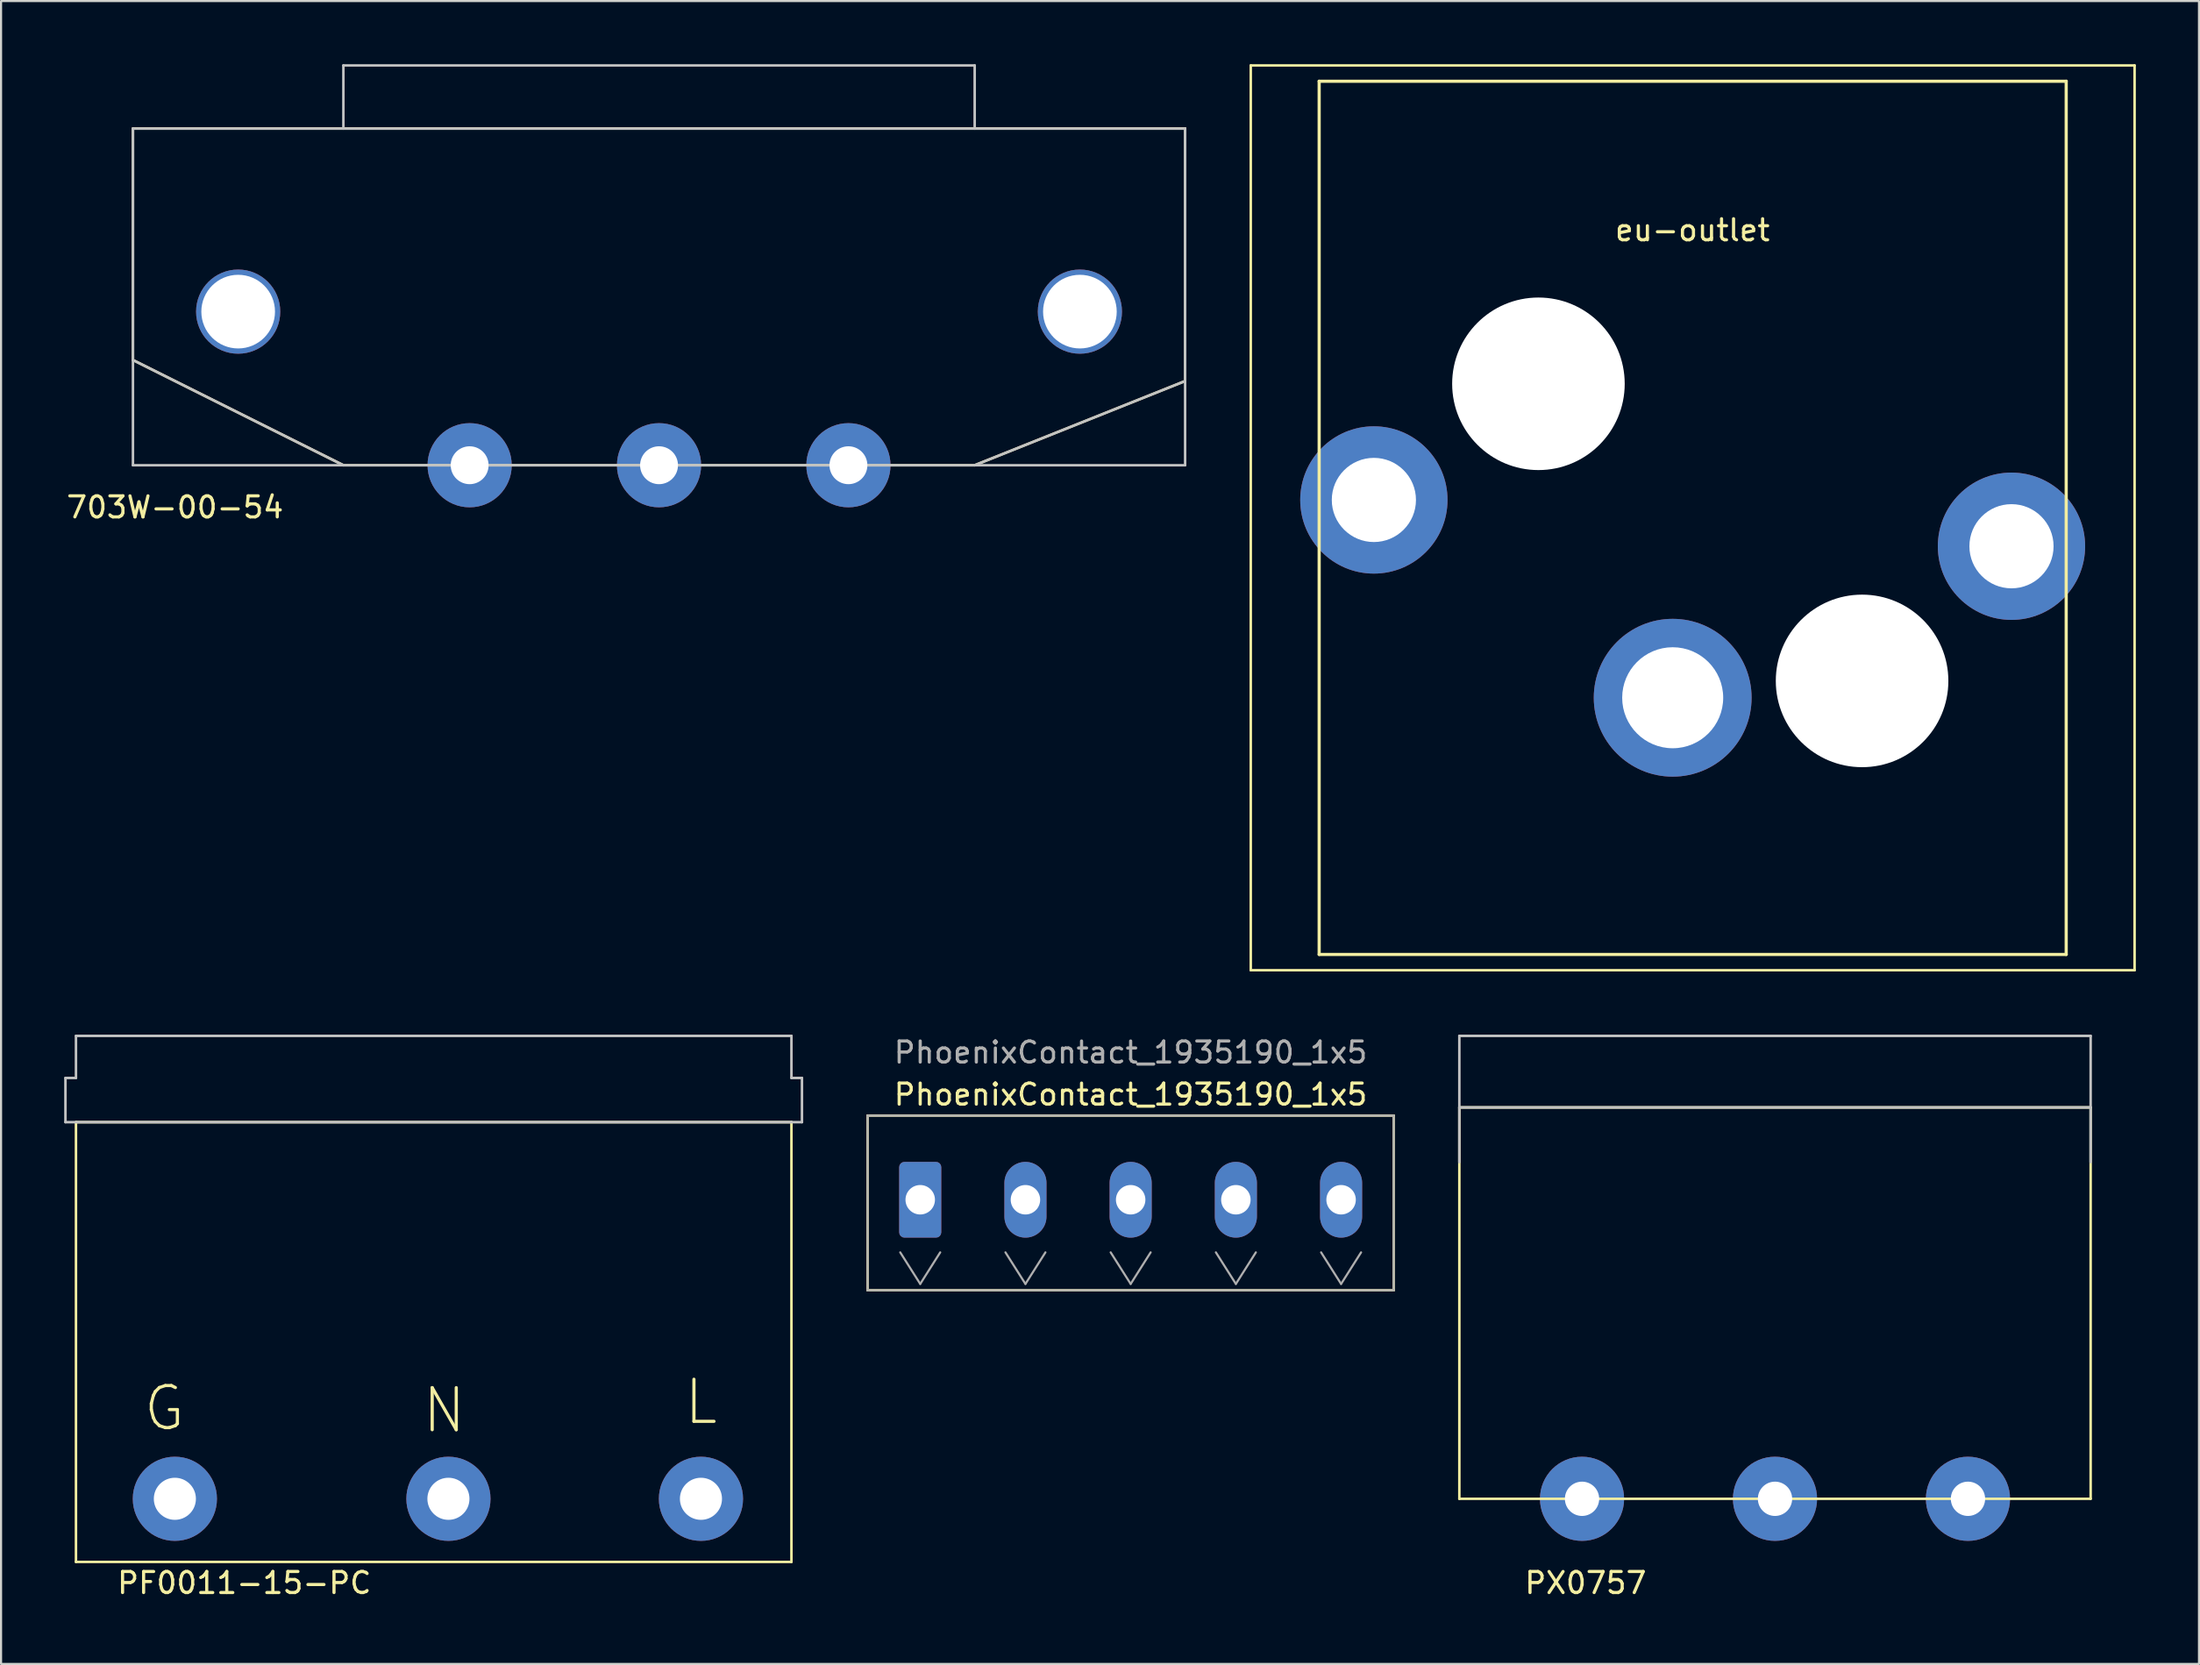
<source format=kicad_pcb>
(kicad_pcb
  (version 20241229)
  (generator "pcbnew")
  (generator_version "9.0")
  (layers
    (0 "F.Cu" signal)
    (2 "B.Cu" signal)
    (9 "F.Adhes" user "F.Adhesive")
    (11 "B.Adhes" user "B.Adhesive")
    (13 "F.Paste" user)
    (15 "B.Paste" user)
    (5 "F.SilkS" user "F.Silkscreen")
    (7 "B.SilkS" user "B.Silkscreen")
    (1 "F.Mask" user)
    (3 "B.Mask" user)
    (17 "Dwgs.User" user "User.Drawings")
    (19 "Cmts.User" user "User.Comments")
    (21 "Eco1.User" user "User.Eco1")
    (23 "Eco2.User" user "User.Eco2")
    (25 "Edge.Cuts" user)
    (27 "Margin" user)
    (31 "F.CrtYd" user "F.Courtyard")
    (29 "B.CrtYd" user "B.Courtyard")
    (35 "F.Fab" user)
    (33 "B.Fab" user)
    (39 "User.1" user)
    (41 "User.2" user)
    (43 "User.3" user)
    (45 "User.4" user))
  (footprint "PhoenixContact_1935190_1x5"
    (layer "F.Cu")
    (at 40.68 53.968)
    (property "Reference" "PhoenixContact_1935190_1x5" (at 10 -5 0) (layer "F.SilkS") (effects (font (size 1 1) (thickness 0.15))))
    (attr through_hole)
    (fp_line (start -2.5 -4) (end -2.5 4.3) (stroke (width 0.12) (type solid)) (layer "F.SilkS"))
    (fp_line (start -2.5 4.3) (end 22.5 4.3) (stroke (width 0.12) (type solid)) (layer "F.SilkS"))
    (fp_line (start 22.5 -4) (end -2.5 -4) (stroke (width 0.12) (type solid)) (layer "F.SilkS"))
    (fp_line (start 22.5 4.3) (end 22.5 -4) (stroke (width 0.12) (type solid)) (layer "F.SilkS"))
    (fp_line (start -2.5 -4) (end -2.5 4.3) (stroke (width 0.1) (type solid)) (layer "F.Fab"))
    (fp_line (start -2.5 4.3) (end 22.5 4.3) (stroke (width 0.1) (type solid)) (layer "F.Fab"))
    (fp_line (start 0 4) (end -0.95 2.5) (stroke (width 0.1) (type solid)) (layer "F.Fab"))
    (fp_line (start 0.95 2.5) (end 0 4) (stroke (width 0.1) (type solid)) (layer "F.Fab"))
    (fp_line (start 5 4) (end 4.05 2.5) (stroke (width 0.1) (type solid)) (layer "F.Fab"))
    (fp_line (start 5.95 2.5) (end 5 4) (stroke (width 0.1) (type solid)) (layer "F.Fab"))
    (fp_line (start 10 4) (end 9.05 2.5) (stroke (width 0.1) (type solid)) (layer "F.Fab"))
    (fp_line (start 10.95 2.5) (end 10 4) (stroke (width 0.1) (type solid)) (layer "F.Fab"))
    (fp_line (start 15 4) (end 14.05 2.5) (stroke (width 0.1) (type solid)) (layer "F.Fab"))
    (fp_line (start 15.95 2.5) (end 15 4) (stroke (width 0.1) (type solid)) (layer "F.Fab"))
    (fp_line (start 20 4) (end 19.05 2.5) (stroke (width 0.1) (type solid)) (layer "F.Fab"))
    (fp_line (start 20.95 2.5) (end 20 4) (stroke (width 0.1) (type solid)) (layer "F.Fab"))
    (fp_line (start 22.5 -4) (end -2.5 -4) (stroke (width 0.1) (type solid)) (layer "F.Fab"))
    (fp_line (start 22.5 4.3) (end 22.5 -4) (stroke (width 0.1) (type solid)) (layer "F.Fab"))
    (fp_text user "${REFERENCE}" (at 10 -7 0) (layer "F.Fab") (effects (font (size 1 1) (thickness 0.15))))
    (pad "1" thru_hole roundrect (at 0 0) (size 2 3.6) (drill 1.4) (layers "*.Cu" "*.Mask") (roundrect_rratio 0.125))
    (pad "2" thru_hole oval (at 5 0) (size 2 3.6) (drill 1.4) (layers "*.Cu" "*.Mask"))
    (pad "3" thru_hole oval (at 10 0) (size 2 3.6) (drill 1.4) (layers "*.Cu" "*.Mask"))
    (pad "4" thru_hole oval (at 15 0) (size 2 3.6) (drill 1.4) (layers "*.Cu" "*.Mask"))
    (pad "5" thru_hole oval (at 20 0) (size 2 3.6) (drill 1.4) (layers "*.Cu" "*.Mask")))
  (footprint "PF0011-15-PC"
    (layer "F.Cu")
    (at 17.56 68.18)
    (property "Reference" "PF0011-15-PC" (at -9 4 0) (layer "F.SilkS") (effects (font (size 1 1) (thickness 0.15))))
    (attr through_hole)
    (fp_line (start -17 -17.9) (end -17 3) (stroke (width 0.12) (type solid)) (layer "F.SilkS"))
    (fp_line (start -17 3) (end 17 3) (stroke (width 0.12) (type solid)) (layer "F.SilkS"))
    (fp_line (start 17 -17.9) (end -17 -17.9) (stroke (width 0.12) (type solid)) (layer "F.SilkS"))
    (fp_line (start 17 3) (end 17 -17.9) (stroke (width 0.12) (type solid)) (layer "F.SilkS"))
    (fp_line (start -17.5 -20) (end -17.5 -17.9) (stroke (width 0.12) (type solid)) (layer "Dwgs.User"))
    (fp_line (start -17 -22) (end 17 -22) (stroke (width 0.12) (type solid)) (layer "Dwgs.User"))
    (fp_line (start -17 -20) (end -17.5 -20) (stroke (width 0.12) (type solid)) (layer "Dwgs.User"))
    (fp_line (start -17 -20) (end -17 -22) (stroke (width 0.12) (type solid)) (layer "Dwgs.User"))
    (fp_line (start 17 -22) (end 17 -20) (stroke (width 0.12) (type solid)) (layer "Dwgs.User"))
    (fp_line (start 17 -20) (end 17.5 -20) (stroke (width 0.12) (type solid)) (layer "Dwgs.User"))
    (fp_line (start 17 -17.9) (end -17.5 -17.9) (stroke (width 0.12) (type solid)) (layer "Dwgs.User"))
    (fp_line (start 17.5 -20) (end 17.5 -17.9) (stroke (width 0.12) (type solid)) (layer "Dwgs.User"))
    (fp_line (start 17.5 -17.9) (end 17 -17.9) (stroke (width 0.12) (type solid)) (layer "Dwgs.User"))
    (fp_text user "G" (at -12.8 -4.3 0) (layer "F.SilkS") (effects (font (size 2 2) (thickness 0.15))))
    (fp_text user "N" (at 0.5 -4.2 0) (layer "F.SilkS") (effects (font (size 2 2) (thickness 0.15))))
    (fp_text user "L" (at 12.7 -4.6 0) (layer "F.SilkS") (effects (font (size 2 2) (thickness 0.15))))
    (pad "1" thru_hole circle (at 12.7 0) (size 4 4) (drill 2) (layers "*.Cu" "*.Mask"))
    (pad "2" thru_hole circle (at -12.3 0) (size 4 4) (drill 2) (layers "*.Cu" "*.Mask"))
    (pad "3" thru_hole circle (at 0.7 0) (size 4 4) (drill 2) (layers "*.Cu" "*.Mask")))
  (footprint "eu-outlet"
    (layer "F.Cu")
    (at 77.388 21.56)
    (property "Reference" "eu-outlet" (at -0.01 -13.67 0) (layer "F.SilkS") (effects (font (size 1 1) (thickness 0.15))))
    (attr through_hole)
    (fp_line (start -21 -21.5) (end -21 21.5) (stroke (width 0.12) (type solid)) (layer "F.SilkS"))
    (fp_line (start -21 21.5) (end 21 21.5) (stroke (width 0.12) (type solid)) (layer "F.SilkS"))
    (fp_line (start -17.75 -20.75) (end 17.75 -20.75) (stroke (width 0.15) (type solid)) (layer "F.SilkS"))
    (fp_line (start -17.75 20.75) (end -17.75 -20.75) (stroke (width 0.15) (type solid)) (layer "F.SilkS"))
    (fp_line (start -17.75 20.75) (end 17.75 20.75) (stroke (width 0.15) (type solid)) (layer "F.SilkS"))
    (fp_line (start 17.75 -20.75) (end 17.75 20.75) (stroke (width 0.15) (type solid)) (layer "F.SilkS"))
    (fp_line (start 21 -21.5) (end -21 -21.5) (stroke (width 0.12) (type solid)) (layer "F.SilkS"))
    (fp_line (start 21 21.5) (end 21 -21.5) (stroke (width 0.12) (type solid)) (layer "F.SilkS"))
    (pad "" np_thru_hole circle (at -7.33 -6.37) (size 8.2 8.2) (drill 8.2) (layers "*.Cu" "*.Mask"))
    (pad "" np_thru_hole circle (at 8.05 7.75) (size 8.2 8.2) (drill 8.2) (layers "*.Cu" "*.Mask"))
    (pad "1" thru_hole circle (at -15.15 -0.85) (size 7 7) (drill 4) (layers "*.Cu" "*.Mask"))
    (pad "2" thru_hole circle (at 15.15 1.35) (size 7 7) (drill 4) (layers "*.Cu" "*.Mask"))
    (pad "3" thru_hole circle (at -0.95 8.55) (size 7.5 7.5) (drill 4.8) (layers "*.Cu" "*.Mask")))
  (footprint "PX0757"
    (layer "F.Cu")
    (at 81.3 68.18)
    (property "Reference" "PX0757" (at -9 4 0) (layer "F.SilkS") (effects (font (size 1 1) (thickness 0.15))))
    (attr through_hole)
    (fp_line (start -15 -18.6) (end -15 0) (stroke (width 0.12) (type solid)) (layer "F.SilkS"))
    (fp_line (start -15 0) (end 15 0) (stroke (width 0.12) (type solid)) (layer "F.SilkS"))
    (fp_line (start 15 -18.6) (end -15 -18.6) (stroke (width 0.12) (type solid)) (layer "F.SilkS"))
    (fp_line (start 15 0) (end 15 -18.6) (stroke (width 0.12) (type solid)) (layer "F.SilkS"))
    (fp_line (start -15 -22) (end 15 -22) (stroke (width 0.12) (type solid)) (layer "Dwgs.User"))
    (fp_line (start -15 -16) (end -15 -22) (stroke (width 0.12) (type solid)) (layer "Dwgs.User"))
    (fp_line (start 15 -22) (end 15 -16) (stroke (width 0.12) (type solid)) (layer "Dwgs.User"))
    (fp_line (start 15 -18.6) (end -15 -18.6) (stroke (width 0.12) (type solid)) (layer "Dwgs.User"))
    (pad "1" thru_hole circle (at 9.17 0) (size 4 4) (drill 1.63) (layers "*.Cu" "*.Mask"))
    (pad "2" thru_hole circle (at 0 0) (size 4 4) (drill 1.63) (layers "*.Cu" "*.Mask"))
    (pad "3" thru_hole circle (at -9.17 0) (size 4 4) (drill 1.63) (layers "*.Cu" "*.Mask")))
  (footprint "703W-00-54"
    (layer "F.Cu")
    (at 28.268 19.06)
    (property "Reference" "703W-00-54" (at -23 2 0) (layer "F.SilkS") (effects (font (size 1 1) (thickness 0.15))))
    (attr through_hole)
    (fp_line (start -25 -16) (end -25 -5) (stroke (width 0.12) (type solid)) (layer "F.SilkS"))
    (fp_line (start -25 -5) (end -15 0) (stroke (width 0.12) (type solid)) (layer "F.SilkS"))
    (fp_line (start -15 0) (end 15 0) (stroke (width 0.12) (type solid)) (layer "F.SilkS"))
    (fp_line (start 15 0) (end 25 -4) (stroke (width 0.12) (type solid)) (layer "F.SilkS"))
    (fp_line (start 25 -16) (end -25 -16) (stroke (width 0.12) (type solid)) (layer "F.SilkS"))
    (fp_line (start 25 -4) (end 25 -16) (stroke (width 0.12) (type solid)) (layer "F.SilkS"))
    (fp_line (start -25 -16) (end -25 0) (stroke (width 0.12) (type solid)) (layer "Dwgs.User"))
    (fp_line (start -25 0) (end 25 0) (stroke (width 0.12) (type solid)) (layer "Dwgs.User"))
    (fp_line (start -15 -19) (end 15 -19) (stroke (width 0.12) (type solid)) (layer "Dwgs.User"))
    (fp_line (start -15 -16) (end -15 -19) (stroke (width 0.12) (type solid)) (layer "Dwgs.User"))
    (fp_line (start -15 0) (end -25 -5) (stroke (width 0.12) (type solid)) (layer "Dwgs.User"))
    (fp_line (start 15 -19) (end 15 -16) (stroke (width 0.12) (type solid)) (layer "Dwgs.User"))
    (fp_line (start 15 0) (end 25 -4) (stroke (width 0.12) (type solid)) (layer "Dwgs.User"))
    (fp_line (start 25 -16) (end -25 -16) (stroke (width 0.12) (type solid)) (layer "Dwgs.User"))
    (fp_line (start 25 0) (end 25 -16) (stroke (width 0.12) (type solid)) (layer "Dwgs.User"))
    (pad "" thru_hole circle (at -20 -7.3) (size 4 4) (drill 3.5) (layers "*.Cu" "*.Mask"))
    (pad "" thru_hole circle (at 20 -7.3) (size 4 4) (drill 3.5) (layers "*.Cu" "*.Mask"))
    (pad "1" thru_hole circle (at 9 0) (size 4 4) (drill 1.8) (layers "*.Cu" "*.Mask"))
    (pad "2" thru_hole circle (at 0 0) (size 4 4) (drill 1.8) (layers "*.Cu" "*.Mask"))
    (pad "3" thru_hole circle (at -9 0) (size 4 4) (drill 1.8) (layers "*.Cu" "*.Mask")))
  (gr_rect
    (start -3 -3)
    (end 101.448 76.028)
    (stroke (width 0.1) (type default))
    (fill no)
    (layer "Edge.Cuts")))
</source>
